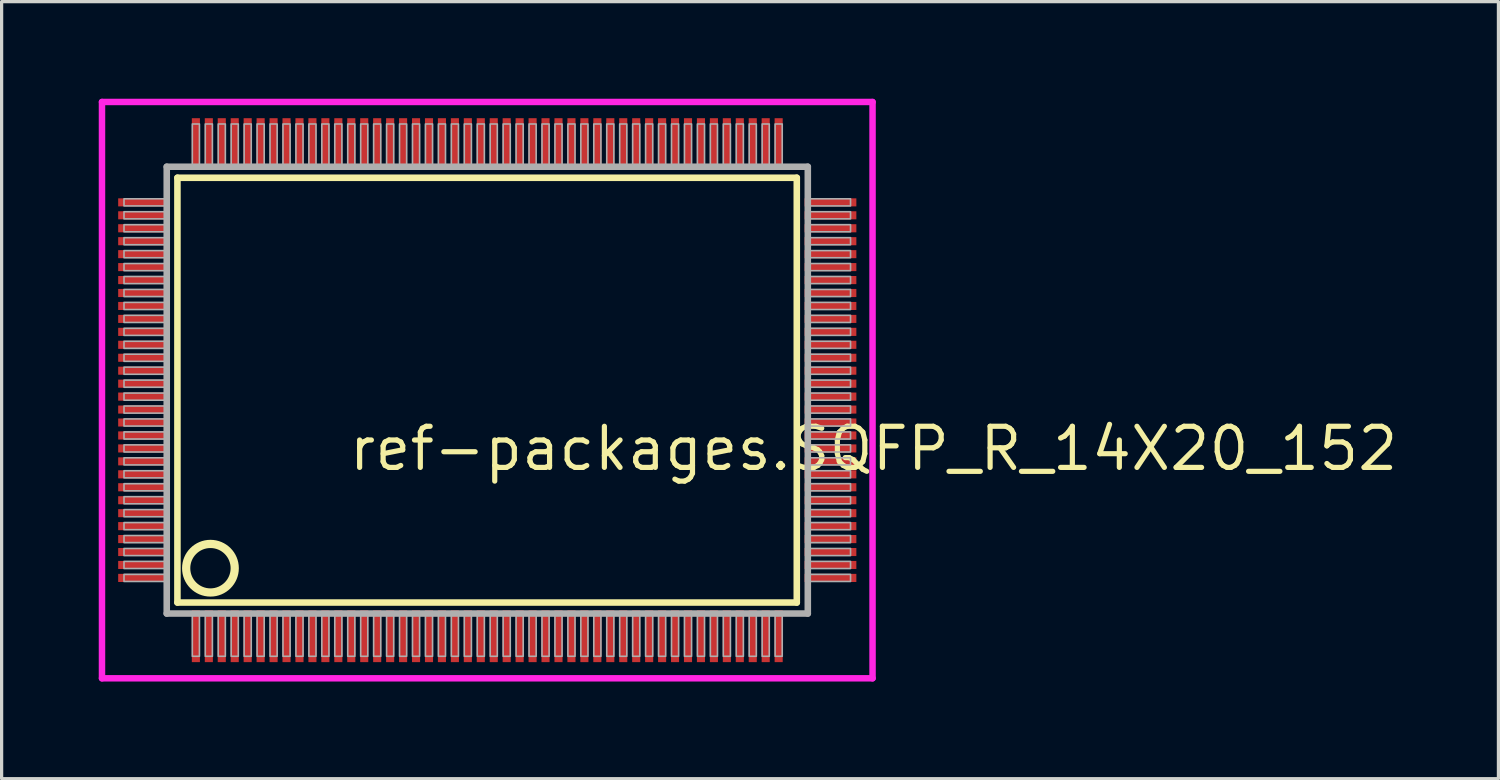
<source format=kicad_pcb>
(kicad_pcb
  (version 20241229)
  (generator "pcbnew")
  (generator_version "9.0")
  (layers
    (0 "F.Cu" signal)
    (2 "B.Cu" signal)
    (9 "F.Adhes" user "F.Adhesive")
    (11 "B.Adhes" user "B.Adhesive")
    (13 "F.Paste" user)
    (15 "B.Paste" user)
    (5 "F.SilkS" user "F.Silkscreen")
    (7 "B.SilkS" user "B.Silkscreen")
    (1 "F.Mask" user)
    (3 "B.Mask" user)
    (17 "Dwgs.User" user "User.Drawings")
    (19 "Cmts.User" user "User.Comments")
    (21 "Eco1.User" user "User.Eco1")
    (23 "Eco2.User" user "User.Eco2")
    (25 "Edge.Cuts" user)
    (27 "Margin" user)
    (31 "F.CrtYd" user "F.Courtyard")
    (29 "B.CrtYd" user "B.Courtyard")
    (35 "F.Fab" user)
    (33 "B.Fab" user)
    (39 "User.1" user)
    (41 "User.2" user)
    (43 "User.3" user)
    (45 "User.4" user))
  (footprint "ref-packages.SQFP_R_14X20_152"
    (layer "F.Cu")
    (at 12 9)
    (property "Reference" "ref-packages.SQFP_R_14X20_152" (at -4.35 2.55 0) (layer "F.SilkS") (effects (font (size 1.27 1.27) (thickness 0.16)) (justify left bottom)))
    (attr smd)
    (fp_line (start -9.57 -6.56) (end 9.56 -6.56) (stroke (width 0.203) (type default)) (layer "F.SilkS"))
    (fp_line (start -9.57 6.56) (end -9.57 -6.56) (stroke (width 0.203) (type default)) (layer "F.SilkS"))
    (fp_line (start 9.56 -6.56) (end 9.56 6.56) (stroke (width 0.203) (type default)) (layer "F.SilkS"))
    (fp_line (start 9.56 6.56) (end -9.57 6.56) (stroke (width 0.203) (type default)) (layer "F.SilkS"))
    (fp_circle (center -8.55 5.5) (end -7.8 5.5) (stroke (width 0.254) (type default)) (fill no) (layer "F.SilkS"))
    (fp_line (start -11.9 -8.9) (end 11.9 -8.9) (stroke (width 0.2) (type default)) (layer "F.CrtYd"))
    (fp_line (start -11.9 8.9) (end -11.9 -8.9) (stroke (width 0.2) (type default)) (layer "F.CrtYd"))
    (fp_line (start 11.9 -8.9) (end 11.9 8.9) (stroke (width 0.2) (type default)) (layer "F.CrtYd"))
    (fp_line (start 11.9 8.9) (end -11.9 8.9) (stroke (width 0.2) (type default)) (layer "F.CrtYd"))
    (fp_line (start -9.9 -6.9) (end -9.9 6.9) (stroke (width 0.203) (type default)) (layer "F.Fab"))
    (fp_line (start -9.9 6.9) (end 9.9 6.9) (stroke (width 0.203) (type default)) (layer "F.Fab"))
    (fp_line (start 9.9 -6.9) (end -9.9 -6.9) (stroke (width 0.203) (type default)) (layer "F.Fab"))
    (fp_line (start 9.9 6.9) (end 9.9 -6.9) (stroke (width 0.203) (type default)) (layer "F.Fab"))
    (fp_rect (start -11.22 -5.69) (end -9.95 -5.91) (stroke (width 0.05) (type default)) (fill no) (layer "F.Fab"))
    (fp_rect (start -11.22 -5.29) (end -9.95 -5.51) (stroke (width 0.05) (type default)) (fill no) (layer "F.Fab"))
    (fp_rect (start -11.22 -4.89) (end -9.95 -5.11) (stroke (width 0.05) (type default)) (fill no) (layer "F.Fab"))
    (fp_rect (start -11.22 -4.49) (end -9.95 -4.71) (stroke (width 0.05) (type default)) (fill no) (layer "F.Fab"))
    (fp_rect (start -11.22 -4.09) (end -9.95 -4.31) (stroke (width 0.05) (type default)) (fill no) (layer "F.Fab"))
    (fp_rect (start -11.22 -3.69) (end -9.95 -3.91) (stroke (width 0.05) (type default)) (fill no) (layer "F.Fab"))
    (fp_rect (start -11.22 -3.29) (end -9.95 -3.51) (stroke (width 0.05) (type default)) (fill no) (layer "F.Fab"))
    (fp_rect (start -11.22 -2.89) (end -9.95 -3.11) (stroke (width 0.05) (type default)) (fill no) (layer "F.Fab"))
    (fp_rect (start -11.22 -2.49) (end -9.95 -2.71) (stroke (width 0.05) (type default)) (fill no) (layer "F.Fab"))
    (fp_rect (start -11.22 -2.09) (end -9.95 -2.31) (stroke (width 0.05) (type default)) (fill no) (layer "F.Fab"))
    (fp_rect (start -11.22 -1.69) (end -9.95 -1.91) (stroke (width 0.05) (type default)) (fill no) (layer "F.Fab"))
    (fp_rect (start -11.22 -1.29) (end -9.95 -1.51) (stroke (width 0.05) (type default)) (fill no) (layer "F.Fab"))
    (fp_rect (start -11.22 -0.89) (end -9.95 -1.11) (stroke (width 0.05) (type default)) (fill no) (layer "F.Fab"))
    (fp_rect (start -11.22 -0.49) (end -9.95 -0.71) (stroke (width 0.05) (type default)) (fill no) (layer "F.Fab"))
    (fp_rect (start -11.22 -0.09) (end -9.95 -0.31) (stroke (width 0.05) (type default)) (fill no) (layer "F.Fab"))
    (fp_rect (start -11.22 0.31) (end -9.95 0.09) (stroke (width 0.05) (type default)) (fill no) (layer "F.Fab"))
    (fp_rect (start -11.22 0.71) (end -9.95 0.49) (stroke (width 0.05) (type default)) (fill no) (layer "F.Fab"))
    (fp_rect (start -11.22 1.11) (end -9.95 0.89) (stroke (width 0.05) (type default)) (fill no) (layer "F.Fab"))
    (fp_rect (start -11.22 1.51) (end -9.95 1.29) (stroke (width 0.05) (type default)) (fill no) (layer "F.Fab"))
    (fp_rect (start -11.22 1.91) (end -9.95 1.69) (stroke (width 0.05) (type default)) (fill no) (layer "F.Fab"))
    (fp_rect (start -11.22 2.31) (end -9.95 2.09) (stroke (width 0.05) (type default)) (fill no) (layer "F.Fab"))
    (fp_rect (start -11.22 2.71) (end -9.95 2.49) (stroke (width 0.05) (type default)) (fill no) (layer "F.Fab"))
    (fp_rect (start -11.22 3.11) (end -9.95 2.89) (stroke (width 0.05) (type default)) (fill no) (layer "F.Fab"))
    (fp_rect (start -11.22 3.51) (end -9.95 3.29) (stroke (width 0.05) (type default)) (fill no) (layer "F.Fab"))
    (fp_rect (start -11.22 3.91) (end -9.95 3.69) (stroke (width 0.05) (type default)) (fill no) (layer "F.Fab"))
    (fp_rect (start -11.22 4.31) (end -9.95 4.09) (stroke (width 0.05) (type default)) (fill no) (layer "F.Fab"))
    (fp_rect (start -11.22 4.71) (end -9.95 4.49) (stroke (width 0.05) (type default)) (fill no) (layer "F.Fab"))
    (fp_rect (start -11.22 5.11) (end -9.95 4.89) (stroke (width 0.05) (type default)) (fill no) (layer "F.Fab"))
    (fp_rect (start -11.22 5.51) (end -9.95 5.29) (stroke (width 0.05) (type default)) (fill no) (layer "F.Fab"))
    (fp_rect (start -11.22 5.91) (end -9.95 5.69) (stroke (width 0.05) (type default)) (fill no) (layer "F.Fab"))
    (fp_rect (start -9.11 -6.95) (end -8.89 -8.22) (stroke (width 0.05) (type default)) (fill no) (layer "F.Fab"))
    (fp_rect (start -9.11 8.22) (end -8.89 6.95) (stroke (width 0.05) (type default)) (fill no) (layer "F.Fab"))
    (fp_rect (start -8.71 -6.95) (end -8.49 -8.22) (stroke (width 0.05) (type default)) (fill no) (layer "F.Fab"))
    (fp_rect (start -8.71 8.22) (end -8.49 6.95) (stroke (width 0.05) (type default)) (fill no) (layer "F.Fab"))
    (fp_rect (start -8.31 -6.95) (end -8.09 -8.22) (stroke (width 0.05) (type default)) (fill no) (layer "F.Fab"))
    (fp_rect (start -8.31 8.22) (end -8.09 6.95) (stroke (width 0.05) (type default)) (fill no) (layer "F.Fab"))
    (fp_rect (start -7.91 -6.95) (end -7.69 -8.22) (stroke (width 0.05) (type default)) (fill no) (layer "F.Fab"))
    (fp_rect (start -7.91 8.22) (end -7.69 6.95) (stroke (width 0.05) (type default)) (fill no) (layer "F.Fab"))
    (fp_rect (start -7.51 -6.95) (end -7.29 -8.22) (stroke (width 0.05) (type default)) (fill no) (layer "F.Fab"))
    (fp_rect (start -7.51 8.22) (end -7.29 6.95) (stroke (width 0.05) (type default)) (fill no) (layer "F.Fab"))
    (fp_rect (start -7.11 -6.95) (end -6.89 -8.22) (stroke (width 0.05) (type default)) (fill no) (layer "F.Fab"))
    (fp_rect (start -7.11 8.22) (end -6.89 6.95) (stroke (width 0.05) (type default)) (fill no) (layer "F.Fab"))
    (fp_rect (start -6.71 -6.95) (end -6.49 -8.22) (stroke (width 0.05) (type default)) (fill no) (layer "F.Fab"))
    (fp_rect (start -6.71 8.22) (end -6.49 6.95) (stroke (width 0.05) (type default)) (fill no) (layer "F.Fab"))
    (fp_rect (start -6.31 -6.95) (end -6.09 -8.22) (stroke (width 0.05) (type default)) (fill no) (layer "F.Fab"))
    (fp_rect (start -6.31 8.22) (end -6.09 6.95) (stroke (width 0.05) (type default)) (fill no) (layer "F.Fab"))
    (fp_rect (start -5.91 -6.95) (end -5.69 -8.22) (stroke (width 0.05) (type default)) (fill no) (layer "F.Fab"))
    (fp_rect (start -5.91 8.22) (end -5.69 6.95) (stroke (width 0.05) (type default)) (fill no) (layer "F.Fab"))
    (fp_rect (start -5.51 -6.95) (end -5.29 -8.22) (stroke (width 0.05) (type default)) (fill no) (layer "F.Fab"))
    (fp_rect (start -5.51 8.22) (end -5.29 6.95) (stroke (width 0.05) (type default)) (fill no) (layer "F.Fab"))
    (fp_rect (start -5.11 -6.95) (end -4.89 -8.22) (stroke (width 0.05) (type default)) (fill no) (layer "F.Fab"))
    (fp_rect (start -5.11 8.22) (end -4.89 6.95) (stroke (width 0.05) (type default)) (fill no) (layer "F.Fab"))
    (fp_rect (start -4.71 -6.95) (end -4.49 -8.22) (stroke (width 0.05) (type default)) (fill no) (layer "F.Fab"))
    (fp_rect (start -4.71 8.22) (end -4.49 6.95) (stroke (width 0.05) (type default)) (fill no) (layer "F.Fab"))
    (fp_rect (start -4.31 -6.95) (end -4.09 -8.22) (stroke (width 0.05) (type default)) (fill no) (layer "F.Fab"))
    (fp_rect (start -4.31 8.22) (end -4.09 6.95) (stroke (width 0.05) (type default)) (fill no) (layer "F.Fab"))
    (fp_rect (start -3.91 -6.95) (end -3.69 -8.22) (stroke (width 0.05) (type default)) (fill no) (layer "F.Fab"))
    (fp_rect (start -3.91 8.22) (end -3.69 6.95) (stroke (width 0.05) (type default)) (fill no) (layer "F.Fab"))
    (fp_rect (start -3.51 -6.95) (end -3.29 -8.22) (stroke (width 0.05) (type default)) (fill no) (layer "F.Fab"))
    (fp_rect (start -3.51 8.22) (end -3.29 6.95) (stroke (width 0.05) (type default)) (fill no) (layer "F.Fab"))
    (fp_rect (start -3.11 -6.95) (end -2.89 -8.22) (stroke (width 0.05) (type default)) (fill no) (layer "F.Fab"))
    (fp_rect (start -3.11 8.22) (end -2.89 6.95) (stroke (width 0.05) (type default)) (fill no) (layer "F.Fab"))
    (fp_rect (start -2.71 -6.95) (end -2.49 -8.22) (stroke (width 0.05) (type default)) (fill no) (layer "F.Fab"))
    (fp_rect (start -2.71 8.22) (end -2.49 6.95) (stroke (width 0.05) (type default)) (fill no) (layer "F.Fab"))
    (fp_rect (start -2.31 -6.95) (end -2.09 -8.22) (stroke (width 0.05) (type default)) (fill no) (layer "F.Fab"))
    (fp_rect (start -2.31 8.22) (end -2.09 6.95) (stroke (width 0.05) (type default)) (fill no) (layer "F.Fab"))
    (fp_rect (start -1.91 -6.95) (end -1.69 -8.22) (stroke (width 0.05) (type default)) (fill no) (layer "F.Fab"))
    (fp_rect (start -1.91 8.22) (end -1.69 6.95) (stroke (width 0.05) (type default)) (fill no) (layer "F.Fab"))
    (fp_rect (start -1.51 -6.95) (end -1.29 -8.22) (stroke (width 0.05) (type default)) (fill no) (layer "F.Fab"))
    (fp_rect (start -1.51 8.22) (end -1.29 6.95) (stroke (width 0.05) (type default)) (fill no) (layer "F.Fab"))
    (fp_rect (start -1.11 -6.95) (end -0.89 -8.22) (stroke (width 0.05) (type default)) (fill no) (layer "F.Fab"))
    (fp_rect (start -1.11 8.22) (end -0.89 6.95) (stroke (width 0.05) (type default)) (fill no) (layer "F.Fab"))
    (fp_rect (start -0.71 -6.95) (end -0.49 -8.22) (stroke (width 0.05) (type default)) (fill no) (layer "F.Fab"))
    (fp_rect (start -0.71 8.22) (end -0.49 6.95) (stroke (width 0.05) (type default)) (fill no) (layer "F.Fab"))
    (fp_rect (start -0.31 -6.95) (end -0.09 -8.22) (stroke (width 0.05) (type default)) (fill no) (layer "F.Fab"))
    (fp_rect (start -0.31 8.22) (end -0.09 6.95) (stroke (width 0.05) (type default)) (fill no) (layer "F.Fab"))
    (fp_rect (start 0.09 -6.95) (end 0.31 -8.22) (stroke (width 0.05) (type default)) (fill no) (layer "F.Fab"))
    (fp_rect (start 0.09 8.22) (end 0.31 6.95) (stroke (width 0.05) (type default)) (fill no) (layer "F.Fab"))
    (fp_rect (start 0.49 -6.95) (end 0.71 -8.22) (stroke (width 0.05) (type default)) (fill no) (layer "F.Fab"))
    (fp_rect (start 0.49 8.22) (end 0.71 6.95) (stroke (width 0.05) (type default)) (fill no) (layer "F.Fab"))
    (fp_rect (start 0.89 -6.95) (end 1.11 -8.22) (stroke (width 0.05) (type default)) (fill no) (layer "F.Fab"))
    (fp_rect (start 0.89 8.22) (end 1.11 6.95) (stroke (width 0.05) (type default)) (fill no) (layer "F.Fab"))
    (fp_rect (start 1.29 -6.95) (end 1.51 -8.22) (stroke (width 0.05) (type default)) (fill no) (layer "F.Fab"))
    (fp_rect (start 1.29 8.22) (end 1.51 6.95) (stroke (width 0.05) (type default)) (fill no) (layer "F.Fab"))
    (fp_rect (start 1.69 -6.95) (end 1.91 -8.22) (stroke (width 0.05) (type default)) (fill no) (layer "F.Fab"))
    (fp_rect (start 1.69 8.22) (end 1.91 6.95) (stroke (width 0.05) (type default)) (fill no) (layer "F.Fab"))
    (fp_rect (start 2.09 -6.95) (end 2.31 -8.22) (stroke (width 0.05) (type default)) (fill no) (layer "F.Fab"))
    (fp_rect (start 2.09 8.22) (end 2.31 6.95) (stroke (width 0.05) (type default)) (fill no) (layer "F.Fab"))
    (fp_rect (start 2.49 -6.95) (end 2.71 -8.22) (stroke (width 0.05) (type default)) (fill no) (layer "F.Fab"))
    (fp_rect (start 2.49 8.22) (end 2.71 6.95) (stroke (width 0.05) (type default)) (fill no) (layer "F.Fab"))
    (fp_rect (start 2.89 -6.95) (end 3.11 -8.22) (stroke (width 0.05) (type default)) (fill no) (layer "F.Fab"))
    (fp_rect (start 2.89 8.22) (end 3.11 6.95) (stroke (width 0.05) (type default)) (fill no) (layer "F.Fab"))
    (fp_rect (start 3.29 -6.95) (end 3.51 -8.22) (stroke (width 0.05) (type default)) (fill no) (layer "F.Fab"))
    (fp_rect (start 3.29 8.22) (end 3.51 6.95) (stroke (width 0.05) (type default)) (fill no) (layer "F.Fab"))
    (fp_rect (start 3.69 -6.95) (end 3.91 -8.22) (stroke (width 0.05) (type default)) (fill no) (layer "F.Fab"))
    (fp_rect (start 3.69 8.22) (end 3.91 6.95) (stroke (width 0.05) (type default)) (fill no) (layer "F.Fab"))
    (fp_rect (start 4.09 -6.95) (end 4.31 -8.22) (stroke (width 0.05) (type default)) (fill no) (layer "F.Fab"))
    (fp_rect (start 4.09 8.22) (end 4.31 6.95) (stroke (width 0.05) (type default)) (fill no) (layer "F.Fab"))
    (fp_rect (start 4.49 -6.95) (end 4.71 -8.22) (stroke (width 0.05) (type default)) (fill no) (layer "F.Fab"))
    (fp_rect (start 4.49 8.22) (end 4.71 6.95) (stroke (width 0.05) (type default)) (fill no) (layer "F.Fab"))
    (fp_rect (start 4.89 -6.95) (end 5.11 -8.22) (stroke (width 0.05) (type default)) (fill no) (layer "F.Fab"))
    (fp_rect (start 4.89 8.22) (end 5.11 6.95) (stroke (width 0.05) (type default)) (fill no) (layer "F.Fab"))
    (fp_rect (start 5.29 -6.95) (end 5.51 -8.22) (stroke (width 0.05) (type default)) (fill no) (layer "F.Fab"))
    (fp_rect (start 5.29 8.22) (end 5.51 6.95) (stroke (width 0.05) (type default)) (fill no) (layer "F.Fab"))
    (fp_rect (start 5.69 -6.95) (end 5.91 -8.22) (stroke (width 0.05) (type default)) (fill no) (layer "F.Fab"))
    (fp_rect (start 5.69 8.22) (end 5.91 6.95) (stroke (width 0.05) (type default)) (fill no) (layer "F.Fab"))
    (fp_rect (start 6.09 -6.95) (end 6.31 -8.22) (stroke (width 0.05) (type default)) (fill no) (layer "F.Fab"))
    (fp_rect (start 6.09 8.22) (end 6.31 6.95) (stroke (width 0.05) (type default)) (fill no) (layer "F.Fab"))
    (fp_rect (start 6.49 -6.95) (end 6.71 -8.22) (stroke (width 0.05) (type default)) (fill no) (layer "F.Fab"))
    (fp_rect (start 6.49 8.22) (end 6.71 6.95) (stroke (width 0.05) (type default)) (fill no) (layer "F.Fab"))
    (fp_rect (start 6.89 -6.95) (end 7.11 -8.22) (stroke (width 0.05) (type default)) (fill no) (layer "F.Fab"))
    (fp_rect (start 6.89 8.22) (end 7.11 6.95) (stroke (width 0.05) (type default)) (fill no) (layer "F.Fab"))
    (fp_rect (start 7.29 -6.95) (end 7.51 -8.22) (stroke (width 0.05) (type default)) (fill no) (layer "F.Fab"))
    (fp_rect (start 7.29 8.22) (end 7.51 6.95) (stroke (width 0.05) (type default)) (fill no) (layer "F.Fab"))
    (fp_rect (start 7.69 -6.95) (end 7.91 -8.22) (stroke (width 0.05) (type default)) (fill no) (layer "F.Fab"))
    (fp_rect (start 7.69 8.22) (end 7.91 6.95) (stroke (width 0.05) (type default)) (fill no) (layer "F.Fab"))
    (fp_rect (start 8.09 -6.95) (end 8.31 -8.22) (stroke (width 0.05) (type default)) (fill no) (layer "F.Fab"))
    (fp_rect (start 8.09 8.22) (end 8.31 6.95) (stroke (width 0.05) (type default)) (fill no) (layer "F.Fab"))
    (fp_rect (start 8.49 -6.95) (end 8.71 -8.22) (stroke (width 0.05) (type default)) (fill no) (layer "F.Fab"))
    (fp_rect (start 8.49 8.22) (end 8.71 6.95) (stroke (width 0.05) (type default)) (fill no) (layer "F.Fab"))
    (fp_rect (start 8.89 -6.95) (end 9.11 -8.22) (stroke (width 0.05) (type default)) (fill no) (layer "F.Fab"))
    (fp_rect (start 8.89 8.22) (end 9.11 6.95) (stroke (width 0.05) (type default)) (fill no) (layer "F.Fab"))
    (fp_rect (start 9.95 -5.69) (end 11.22 -5.91) (stroke (width 0.05) (type default)) (fill no) (layer "F.Fab"))
    (fp_rect (start 9.95 -5.29) (end 11.22 -5.51) (stroke (width 0.05) (type default)) (fill no) (layer "F.Fab"))
    (fp_rect (start 9.95 -4.89) (end 11.22 -5.11) (stroke (width 0.05) (type default)) (fill no) (layer "F.Fab"))
    (fp_rect (start 9.95 -4.49) (end 11.22 -4.71) (stroke (width 0.05) (type default)) (fill no) (layer "F.Fab"))
    (fp_rect (start 9.95 -4.09) (end 11.22 -4.31) (stroke (width 0.05) (type default)) (fill no) (layer "F.Fab"))
    (fp_rect (start 9.95 -3.69) (end 11.22 -3.91) (stroke (width 0.05) (type default)) (fill no) (layer "F.Fab"))
    (fp_rect (start 9.95 -3.29) (end 11.22 -3.51) (stroke (width 0.05) (type default)) (fill no) (layer "F.Fab"))
    (fp_rect (start 9.95 -2.89) (end 11.22 -3.11) (stroke (width 0.05) (type default)) (fill no) (layer "F.Fab"))
    (fp_rect (start 9.95 -2.49) (end 11.22 -2.71) (stroke (width 0.05) (type default)) (fill no) (layer "F.Fab"))
    (fp_rect (start 9.95 -2.09) (end 11.22 -2.31) (stroke (width 0.05) (type default)) (fill no) (layer "F.Fab"))
    (fp_rect (start 9.95 -1.69) (end 11.22 -1.91) (stroke (width 0.05) (type default)) (fill no) (layer "F.Fab"))
    (fp_rect (start 9.95 -1.29) (end 11.22 -1.51) (stroke (width 0.05) (type default)) (fill no) (layer "F.Fab"))
    (fp_rect (start 9.95 -0.89) (end 11.22 -1.11) (stroke (width 0.05) (type default)) (fill no) (layer "F.Fab"))
    (fp_rect (start 9.95 -0.49) (end 11.22 -0.71) (stroke (width 0.05) (type default)) (fill no) (layer "F.Fab"))
    (fp_rect (start 9.95 -0.09) (end 11.22 -0.31) (stroke (width 0.05) (type default)) (fill no) (layer "F.Fab"))
    (fp_rect (start 9.95 0.31) (end 11.22 0.09) (stroke (width 0.05) (type default)) (fill no) (layer "F.Fab"))
    (fp_rect (start 9.95 0.71) (end 11.22 0.49) (stroke (width 0.05) (type default)) (fill no) (layer "F.Fab"))
    (fp_rect (start 9.95 1.11) (end 11.22 0.89) (stroke (width 0.05) (type default)) (fill no) (layer "F.Fab"))
    (fp_rect (start 9.95 1.51) (end 11.22 1.29) (stroke (width 0.05) (type default)) (fill no) (layer "F.Fab"))
    (fp_rect (start 9.95 1.91) (end 11.22 1.69) (stroke (width 0.05) (type default)) (fill no) (layer "F.Fab"))
    (fp_rect (start 9.95 2.31) (end 11.22 2.09) (stroke (width 0.05) (type default)) (fill no) (layer "F.Fab"))
    (fp_rect (start 9.95 2.71) (end 11.22 2.49) (stroke (width 0.05) (type default)) (fill no) (layer "F.Fab"))
    (fp_rect (start 9.95 3.11) (end 11.22 2.89) (stroke (width 0.05) (type default)) (fill no) (layer "F.Fab"))
    (fp_rect (start 9.95 3.51) (end 11.22 3.29) (stroke (width 0.05) (type default)) (fill no) (layer "F.Fab"))
    (fp_rect (start 9.95 3.91) (end 11.22 3.69) (stroke (width 0.05) (type default)) (fill no) (layer "F.Fab"))
    (fp_rect (start 9.95 4.31) (end 11.22 4.09) (stroke (width 0.05) (type default)) (fill no) (layer "F.Fab"))
    (fp_rect (start 9.95 4.71) (end 11.22 4.49) (stroke (width 0.05) (type default)) (fill no) (layer "F.Fab"))
    (fp_rect (start 9.95 5.11) (end 11.22 4.89) (stroke (width 0.05) (type default)) (fill no) (layer "F.Fab"))
    (fp_rect (start 9.95 5.51) (end 11.22 5.29) (stroke (width 0.05) (type default)) (fill no) (layer "F.Fab"))
    (fp_rect (start 9.95 5.91) (end 11.22 5.69) (stroke (width 0.05) (type default)) (fill no) (layer "F.Fab"))
    (pad "1" smd roundrect (at -9 7.6) (size 0.25 1.6) (layers "F.Cu" "F.Mask" "F.Paste") (roundrect_rratio 0.01))
    (pad "2" smd roundrect (at -8.6 7.6) (size 0.25 1.6) (layers "F.Cu" "F.Mask" "F.Paste") (roundrect_rratio 0.01))
    (pad "3" smd roundrect (at -8.2 7.6) (size 0.25 1.6) (layers "F.Cu" "F.Mask" "F.Paste") (roundrect_rratio 0.01))
    (pad "4" smd roundrect (at -7.8 7.6) (size 0.25 1.6) (layers "F.Cu" "F.Mask" "F.Paste") (roundrect_rratio 0.01))
    (pad "5" smd roundrect (at -7.4 7.6) (size 0.25 1.6) (layers "F.Cu" "F.Mask" "F.Paste") (roundrect_rratio 0.01))
    (pad "6" smd roundrect (at -7 7.6) (size 0.25 1.6) (layers "F.Cu" "F.Mask" "F.Paste") (roundrect_rratio 0.01))
    (pad "7" smd roundrect (at -6.6 7.6) (size 0.25 1.6) (layers "F.Cu" "F.Mask" "F.Paste") (roundrect_rratio 0.01))
    (pad "8" smd roundrect (at -6.2 7.6) (size 0.25 1.6) (layers "F.Cu" "F.Mask" "F.Paste") (roundrect_rratio 0.01))
    (pad "9" smd roundrect (at -5.8 7.6) (size 0.25 1.6) (layers "F.Cu" "F.Mask" "F.Paste") (roundrect_rratio 0.01))
    (pad "10" smd roundrect (at -5.4 7.6) (size 0.25 1.6) (layers "F.Cu" "F.Mask" "F.Paste") (roundrect_rratio 0.01))
    (pad "11" smd roundrect (at -5 7.6) (size 0.25 1.6) (layers "F.Cu" "F.Mask" "F.Paste") (roundrect_rratio 0.01))
    (pad "12" smd roundrect (at -4.6 7.6) (size 0.25 1.6) (layers "F.Cu" "F.Mask" "F.Paste") (roundrect_rratio 0.01))
    (pad "13" smd roundrect (at -4.2 7.6) (size 0.25 1.6) (layers "F.Cu" "F.Mask" "F.Paste") (roundrect_rratio 0.01))
    (pad "14" smd roundrect (at -3.8 7.6) (size 0.25 1.6) (layers "F.Cu" "F.Mask" "F.Paste") (roundrect_rratio 0.01))
    (pad "15" smd roundrect (at -3.4 7.6) (size 0.25 1.6) (layers "F.Cu" "F.Mask" "F.Paste") (roundrect_rratio 0.01))
    (pad "16" smd roundrect (at -3 7.6) (size 0.25 1.6) (layers "F.Cu" "F.Mask" "F.Paste") (roundrect_rratio 0.01))
    (pad "17" smd roundrect (at -2.6 7.6) (size 0.25 1.6) (layers "F.Cu" "F.Mask" "F.Paste") (roundrect_rratio 0.01))
    (pad "18" smd roundrect (at -2.2 7.6) (size 0.25 1.6) (layers "F.Cu" "F.Mask" "F.Paste") (roundrect_rratio 0.01))
    (pad "19" smd roundrect (at -1.8 7.6) (size 0.25 1.6) (layers "F.Cu" "F.Mask" "F.Paste") (roundrect_rratio 0.01))
    (pad "20" smd roundrect (at -1.4 7.6) (size 0.25 1.6) (layers "F.Cu" "F.Mask" "F.Paste") (roundrect_rratio 0.01))
    (pad "21" smd roundrect (at -1 7.6) (size 0.25 1.6) (layers "F.Cu" "F.Mask" "F.Paste") (roundrect_rratio 0.01))
    (pad "22" smd roundrect (at -0.6 7.6) (size 0.25 1.6) (layers "F.Cu" "F.Mask" "F.Paste") (roundrect_rratio 0.01))
    (pad "23" smd roundrect (at -0.2 7.6) (size 0.25 1.6) (layers "F.Cu" "F.Mask" "F.Paste") (roundrect_rratio 0.01))
    (pad "24" smd roundrect (at 0.2 7.6) (size 0.25 1.6) (layers "F.Cu" "F.Mask" "F.Paste") (roundrect_rratio 0.01))
    (pad "25" smd roundrect (at 0.6 7.6) (size 0.25 1.6) (layers "F.Cu" "F.Mask" "F.Paste") (roundrect_rratio 0.01))
    (pad "26" smd roundrect (at 1 7.6) (size 0.25 1.6) (layers "F.Cu" "F.Mask" "F.Paste") (roundrect_rratio 0.01))
    (pad "27" smd roundrect (at 1.4 7.6) (size 0.25 1.6) (layers "F.Cu" "F.Mask" "F.Paste") (roundrect_rratio 0.01))
    (pad "28" smd roundrect (at 1.8 7.6) (size 0.25 1.6) (layers "F.Cu" "F.Mask" "F.Paste") (roundrect_rratio 0.01))
    (pad "29" smd roundrect (at 2.2 7.6) (size 0.25 1.6) (layers "F.Cu" "F.Mask" "F.Paste") (roundrect_rratio 0.01))
    (pad "30" smd roundrect (at 2.6 7.6) (size 0.25 1.6) (layers "F.Cu" "F.Mask" "F.Paste") (roundrect_rratio 0.01))
    (pad "31" smd roundrect (at 3 7.6) (size 0.25 1.6) (layers "F.Cu" "F.Mask" "F.Paste") (roundrect_rratio 0.01))
    (pad "32" smd roundrect (at 3.4 7.6) (size 0.25 1.6) (layers "F.Cu" "F.Mask" "F.Paste") (roundrect_rratio 0.01))
    (pad "33" smd roundrect (at 3.8 7.6) (size 0.25 1.6) (layers "F.Cu" "F.Mask" "F.Paste") (roundrect_rratio 0.01))
    (pad "34" smd roundrect (at 4.2 7.6) (size 0.25 1.6) (layers "F.Cu" "F.Mask" "F.Paste") (roundrect_rratio 0.01))
    (pad "35" smd roundrect (at 4.6 7.6) (size 0.25 1.6) (layers "F.Cu" "F.Mask" "F.Paste") (roundrect_rratio 0.01))
    (pad "36" smd roundrect (at 5 7.6) (size 0.25 1.6) (layers "F.Cu" "F.Mask" "F.Paste") (roundrect_rratio 0.01))
    (pad "37" smd roundrect (at 5.4 7.6) (size 0.25 1.6) (layers "F.Cu" "F.Mask" "F.Paste") (roundrect_rratio 0.01))
    (pad "38" smd roundrect (at 5.8 7.6) (size 0.25 1.6) (layers "F.Cu" "F.Mask" "F.Paste") (roundrect_rratio 0.01))
    (pad "39" smd roundrect (at 6.2 7.6) (size 0.25 1.6) (layers "F.Cu" "F.Mask" "F.Paste") (roundrect_rratio 0.01))
    (pad "40" smd roundrect (at 6.6 7.6) (size 0.25 1.6) (layers "F.Cu" "F.Mask" "F.Paste") (roundrect_rratio 0.01))
    (pad "41" smd roundrect (at 7 7.6) (size 0.25 1.6) (layers "F.Cu" "F.Mask" "F.Paste") (roundrect_rratio 0.01))
    (pad "42" smd roundrect (at 7.4 7.6) (size 0.25 1.6) (layers "F.Cu" "F.Mask" "F.Paste") (roundrect_rratio 0.01))
    (pad "43" smd roundrect (at 7.8 7.6) (size 0.25 1.6) (layers "F.Cu" "F.Mask" "F.Paste") (roundrect_rratio 0.01))
    (pad "44" smd roundrect (at 8.2 7.6) (size 0.25 1.6) (layers "F.Cu" "F.Mask" "F.Paste") (roundrect_rratio 0.01))
    (pad "45" smd roundrect (at 8.6 7.6) (size 0.25 1.6) (layers "F.Cu" "F.Mask" "F.Paste") (roundrect_rratio 0.01))
    (pad "46" smd roundrect (at 9 7.6) (size 0.25 1.6) (layers "F.Cu" "F.Mask" "F.Paste") (roundrect_rratio 0.01))
    (pad "47" smd roundrect (at 10.6 5.8) (size 1.6 0.25) (layers "F.Cu" "F.Mask" "F.Paste") (roundrect_rratio 0.01))
    (pad "48" smd roundrect (at 10.6 5.4) (size 1.6 0.25) (layers "F.Cu" "F.Mask" "F.Paste") (roundrect_rratio 0.01))
    (pad "49" smd roundrect (at 10.6 5) (size 1.6 0.25) (layers "F.Cu" "F.Mask" "F.Paste") (roundrect_rratio 0.01))
    (pad "50" smd roundrect (at 10.6 4.6) (size 1.6 0.25) (layers "F.Cu" "F.Mask" "F.Paste") (roundrect_rratio 0.01))
    (pad "51" smd roundrect (at 10.6 4.2) (size 1.6 0.25) (layers "F.Cu" "F.Mask" "F.Paste") (roundrect_rratio 0.01))
    (pad "52" smd roundrect (at 10.6 3.8) (size 1.6 0.25) (layers "F.Cu" "F.Mask" "F.Paste") (roundrect_rratio 0.01))
    (pad "53" smd roundrect (at 10.6 3.4) (size 1.6 0.25) (layers "F.Cu" "F.Mask" "F.Paste") (roundrect_rratio 0.01))
    (pad "54" smd roundrect (at 10.6 3) (size 1.6 0.25) (layers "F.Cu" "F.Mask" "F.Paste") (roundrect_rratio 0.01))
    (pad "55" smd roundrect (at 10.6 2.6) (size 1.6 0.25) (layers "F.Cu" "F.Mask" "F.Paste") (roundrect_rratio 0.01))
    (pad "56" smd roundrect (at 10.6 2.2) (size 1.6 0.25) (layers "F.Cu" "F.Mask" "F.Paste") (roundrect_rratio 0.01))
    (pad "57" smd roundrect (at 10.6 1.8) (size 1.6 0.25) (layers "F.Cu" "F.Mask" "F.Paste") (roundrect_rratio 0.01))
    (pad "58" smd roundrect (at 10.6 1.4) (size 1.6 0.25) (layers "F.Cu" "F.Mask" "F.Paste") (roundrect_rratio 0.01))
    (pad "59" smd roundrect (at 10.6 1) (size 1.6 0.25) (layers "F.Cu" "F.Mask" "F.Paste") (roundrect_rratio 0.01))
    (pad "60" smd roundrect (at 10.6 0.6) (size 1.6 0.25) (layers "F.Cu" "F.Mask" "F.Paste") (roundrect_rratio 0.01))
    (pad "61" smd roundrect (at 10.6 0.2) (size 1.6 0.25) (layers "F.Cu" "F.Mask" "F.Paste") (roundrect_rratio 0.01))
    (pad "62" smd roundrect (at 10.6 -0.2) (size 1.6 0.25) (layers "F.Cu" "F.Mask" "F.Paste") (roundrect_rratio 0.01))
    (pad "63" smd roundrect (at 10.6 -0.6) (size 1.6 0.25) (layers "F.Cu" "F.Mask" "F.Paste") (roundrect_rratio 0.01))
    (pad "64" smd roundrect (at 10.6 -1) (size 1.6 0.25) (layers "F.Cu" "F.Mask" "F.Paste") (roundrect_rratio 0.01))
    (pad "65" smd roundrect (at 10.6 -1.4) (size 1.6 0.25) (layers "F.Cu" "F.Mask" "F.Paste") (roundrect_rratio 0.01))
    (pad "66" smd roundrect (at 10.6 -1.8) (size 1.6 0.25) (layers "F.Cu" "F.Mask" "F.Paste") (roundrect_rratio 0.01))
    (pad "67" smd roundrect (at 10.6 -2.2) (size 1.6 0.25) (layers "F.Cu" "F.Mask" "F.Paste") (roundrect_rratio 0.01))
    (pad "68" smd roundrect (at 10.6 -2.6) (size 1.6 0.25) (layers "F.Cu" "F.Mask" "F.Paste") (roundrect_rratio 0.01))
    (pad "69" smd roundrect (at 10.6 -3) (size 1.6 0.25) (layers "F.Cu" "F.Mask" "F.Paste") (roundrect_rratio 0.01))
    (pad "70" smd roundrect (at 10.6 -3.4) (size 1.6 0.25) (layers "F.Cu" "F.Mask" "F.Paste") (roundrect_rratio 0.01))
    (pad "71" smd roundrect (at 10.6 -3.8) (size 1.6 0.25) (layers "F.Cu" "F.Mask" "F.Paste") (roundrect_rratio 0.01))
    (pad "72" smd roundrect (at 10.6 -4.2) (size 1.6 0.25) (layers "F.Cu" "F.Mask" "F.Paste") (roundrect_rratio 0.01))
    (pad "73" smd roundrect (at 10.6 -4.6) (size 1.6 0.25) (layers "F.Cu" "F.Mask" "F.Paste") (roundrect_rratio 0.01))
    (pad "74" smd roundrect (at 10.6 -5) (size 1.6 0.25) (layers "F.Cu" "F.Mask" "F.Paste") (roundrect_rratio 0.01))
    (pad "75" smd roundrect (at 10.6 -5.4) (size 1.6 0.25) (layers "F.Cu" "F.Mask" "F.Paste") (roundrect_rratio 0.01))
    (pad "76" smd roundrect (at 10.6 -5.8) (size 1.6 0.25) (layers "F.Cu" "F.Mask" "F.Paste") (roundrect_rratio 0.01))
    (pad "77" smd roundrect (at 9 -7.6) (size 0.25 1.6) (layers "F.Cu" "F.Mask" "F.Paste") (roundrect_rratio 0.01))
    (pad "78" smd roundrect (at 8.6 -7.6) (size 0.25 1.6) (layers "F.Cu" "F.Mask" "F.Paste") (roundrect_rratio 0.01))
    (pad "79" smd roundrect (at 8.2 -7.6) (size 0.25 1.6) (layers "F.Cu" "F.Mask" "F.Paste") (roundrect_rratio 0.01))
    (pad "80" smd roundrect (at 7.8 -7.6) (size 0.25 1.6) (layers "F.Cu" "F.Mask" "F.Paste") (roundrect_rratio 0.01))
    (pad "81" smd roundrect (at 7.4 -7.6) (size 0.25 1.6) (layers "F.Cu" "F.Mask" "F.Paste") (roundrect_rratio 0.01))
    (pad "82" smd roundrect (at 7 -7.6) (size 0.25 1.6) (layers "F.Cu" "F.Mask" "F.Paste") (roundrect_rratio 0.01))
    (pad "83" smd roundrect (at 6.6 -7.6) (size 0.25 1.6) (layers "F.Cu" "F.Mask" "F.Paste") (roundrect_rratio 0.01))
    (pad "84" smd roundrect (at 6.2 -7.6) (size 0.25 1.6) (layers "F.Cu" "F.Mask" "F.Paste") (roundrect_rratio 0.01))
    (pad "85" smd roundrect (at 5.8 -7.6) (size 0.25 1.6) (layers "F.Cu" "F.Mask" "F.Paste") (roundrect_rratio 0.01))
    (pad "86" smd roundrect (at 5.4 -7.6) (size 0.25 1.6) (layers "F.Cu" "F.Mask" "F.Paste") (roundrect_rratio 0.01))
    (pad "87" smd roundrect (at 5 -7.6) (size 0.25 1.6) (layers "F.Cu" "F.Mask" "F.Paste") (roundrect_rratio 0.01))
    (pad "88" smd roundrect (at 4.6 -7.6) (size 0.25 1.6) (layers "F.Cu" "F.Mask" "F.Paste") (roundrect_rratio 0.01))
    (pad "89" smd roundrect (at 4.2 -7.6) (size 0.25 1.6) (layers "F.Cu" "F.Mask" "F.Paste") (roundrect_rratio 0.01))
    (pad "90" smd roundrect (at 3.8 -7.6) (size 0.25 1.6) (layers "F.Cu" "F.Mask" "F.Paste") (roundrect_rratio 0.01))
    (pad "91" smd roundrect (at 3.4 -7.6) (size 0.25 1.6) (layers "F.Cu" "F.Mask" "F.Paste") (roundrect_rratio 0.01))
    (pad "92" smd roundrect (at 3 -7.6) (size 0.25 1.6) (layers "F.Cu" "F.Mask" "F.Paste") (roundrect_rratio 0.01))
    (pad "93" smd roundrect (at 2.6 -7.6) (size 0.25 1.6) (layers "F.Cu" "F.Mask" "F.Paste") (roundrect_rratio 0.01))
    (pad "94" smd roundrect (at 2.2 -7.6) (size 0.25 1.6) (layers "F.Cu" "F.Mask" "F.Paste") (roundrect_rratio 0.01))
    (pad "95" smd roundrect (at 1.8 -7.6) (size 0.25 1.6) (layers "F.Cu" "F.Mask" "F.Paste") (roundrect_rratio 0.01))
    (pad "96" smd roundrect (at 1.4 -7.6) (size 0.25 1.6) (layers "F.Cu" "F.Mask" "F.Paste") (roundrect_rratio 0.01))
    (pad "97" smd roundrect (at 1 -7.6) (size 0.25 1.6) (layers "F.Cu" "F.Mask" "F.Paste") (roundrect_rratio 0.01))
    (pad "98" smd roundrect (at 0.6 -7.6) (size 0.25 1.6) (layers "F.Cu" "F.Mask" "F.Paste") (roundrect_rratio 0.01))
    (pad "99" smd roundrect (at 0.2 -7.6) (size 0.25 1.6) (layers "F.Cu" "F.Mask" "F.Paste") (roundrect_rratio 0.01))
    (pad "100" smd roundrect (at -0.2 -7.6) (size 0.25 1.6) (layers "F.Cu" "F.Mask" "F.Paste") (roundrect_rratio 0.01))
    (pad "101" smd roundrect (at -0.6 -7.6) (size 0.25 1.6) (layers "F.Cu" "F.Mask" "F.Paste") (roundrect_rratio 0.01))
    (pad "102" smd roundrect (at -1 -7.6) (size 0.25 1.6) (layers "F.Cu" "F.Mask" "F.Paste") (roundrect_rratio 0.01))
    (pad "103" smd roundrect (at -1.4 -7.6) (size 0.25 1.6) (layers "F.Cu" "F.Mask" "F.Paste") (roundrect_rratio 0.01))
    (pad "104" smd roundrect (at -1.8 -7.6) (size 0.25 1.6) (layers "F.Cu" "F.Mask" "F.Paste") (roundrect_rratio 0.01))
    (pad "105" smd roundrect (at -2.2 -7.6) (size 0.25 1.6) (layers "F.Cu" "F.Mask" "F.Paste") (roundrect_rratio 0.01))
    (pad "106" smd roundrect (at -2.6 -7.6) (size 0.25 1.6) (layers "F.Cu" "F.Mask" "F.Paste") (roundrect_rratio 0.01))
    (pad "107" smd roundrect (at -3 -7.6) (size 0.25 1.6) (layers "F.Cu" "F.Mask" "F.Paste") (roundrect_rratio 0.01))
    (pad "108" smd roundrect (at -3.4 -7.6) (size 0.25 1.6) (layers "F.Cu" "F.Mask" "F.Paste") (roundrect_rratio 0.01))
    (pad "109" smd roundrect (at -3.8 -7.6) (size 0.25 1.6) (layers "F.Cu" "F.Mask" "F.Paste") (roundrect_rratio 0.01))
    (pad "110" smd roundrect (at -4.2 -7.6) (size 0.25 1.6) (layers "F.Cu" "F.Mask" "F.Paste") (roundrect_rratio 0.01))
    (pad "111" smd roundrect (at -4.6 -7.6) (size 0.25 1.6) (layers "F.Cu" "F.Mask" "F.Paste") (roundrect_rratio 0.01))
    (pad "112" smd roundrect (at -5 -7.6) (size 0.25 1.6) (layers "F.Cu" "F.Mask" "F.Paste") (roundrect_rratio 0.01))
    (pad "113" smd roundrect (at -5.4 -7.6) (size 0.25 1.6) (layers "F.Cu" "F.Mask" "F.Paste") (roundrect_rratio 0.01))
    (pad "114" smd roundrect (at -5.8 -7.6) (size 0.25 1.6) (layers "F.Cu" "F.Mask" "F.Paste") (roundrect_rratio 0.01))
    (pad "115" smd roundrect (at -6.2 -7.6) (size 0.25 1.6) (layers "F.Cu" "F.Mask" "F.Paste") (roundrect_rratio 0.01))
    (pad "116" smd roundrect (at -6.6 -7.6) (size 0.25 1.6) (layers "F.Cu" "F.Mask" "F.Paste") (roundrect_rratio 0.01))
    (pad "117" smd roundrect (at -7 -7.6) (size 0.25 1.6) (layers "F.Cu" "F.Mask" "F.Paste") (roundrect_rratio 0.01))
    (pad "118" smd roundrect (at -7.4 -7.6) (size 0.25 1.6) (layers "F.Cu" "F.Mask" "F.Paste") (roundrect_rratio 0.01))
    (pad "119" smd roundrect (at -7.8 -7.6) (size 0.25 1.6) (layers "F.Cu" "F.Mask" "F.Paste") (roundrect_rratio 0.01))
    (pad "120" smd roundrect (at -8.2 -7.6) (size 0.25 1.6) (layers "F.Cu" "F.Mask" "F.Paste") (roundrect_rratio 0.01))
    (pad "121" smd roundrect (at -8.6 -7.6) (size 0.25 1.6) (layers "F.Cu" "F.Mask" "F.Paste") (roundrect_rratio 0.01))
    (pad "122" smd roundrect (at -9 -7.6) (size 0.25 1.6) (layers "F.Cu" "F.Mask" "F.Paste") (roundrect_rratio 0.01))
    (pad "123" smd roundrect (at -10.6 -5.8) (size 1.6 0.25) (layers "F.Cu" "F.Mask" "F.Paste") (roundrect_rratio 0.01))
    (pad "124" smd roundrect (at -10.6 -5.4) (size 1.6 0.25) (layers "F.Cu" "F.Mask" "F.Paste") (roundrect_rratio 0.01))
    (pad "125" smd roundrect (at -10.6 -5) (size 1.6 0.25) (layers "F.Cu" "F.Mask" "F.Paste") (roundrect_rratio 0.01))
    (pad "126" smd roundrect (at -10.6 -4.6) (size 1.6 0.25) (layers "F.Cu" "F.Mask" "F.Paste") (roundrect_rratio 0.01))
    (pad "127" smd roundrect (at -10.6 -4.2) (size 1.6 0.25) (layers "F.Cu" "F.Mask" "F.Paste") (roundrect_rratio 0.01))
    (pad "128" smd roundrect (at -10.6 -3.8) (size 1.6 0.25) (layers "F.Cu" "F.Mask" "F.Paste") (roundrect_rratio 0.01))
    (pad "129" smd roundrect (at -10.6 -3.4) (size 1.6 0.25) (layers "F.Cu" "F.Mask" "F.Paste") (roundrect_rratio 0.01))
    (pad "130" smd roundrect (at -10.6 -3) (size 1.6 0.25) (layers "F.Cu" "F.Mask" "F.Paste") (roundrect_rratio 0.01))
    (pad "131" smd roundrect (at -10.6 -2.6) (size 1.6 0.25) (layers "F.Cu" "F.Mask" "F.Paste") (roundrect_rratio 0.01))
    (pad "132" smd roundrect (at -10.6 -2.2) (size 1.6 0.25) (layers "F.Cu" "F.Mask" "F.Paste") (roundrect_rratio 0.01))
    (pad "133" smd roundrect (at -10.6 -1.8) (size 1.6 0.25) (layers "F.Cu" "F.Mask" "F.Paste") (roundrect_rratio 0.01))
    (pad "134" smd roundrect (at -10.6 -1.4) (size 1.6 0.25) (layers "F.Cu" "F.Mask" "F.Paste") (roundrect_rratio 0.01))
    (pad "135" smd roundrect (at -10.6 -1) (size 1.6 0.25) (layers "F.Cu" "F.Mask" "F.Paste") (roundrect_rratio 0.01))
    (pad "136" smd roundrect (at -10.6 -0.6) (size 1.6 0.25) (layers "F.Cu" "F.Mask" "F.Paste") (roundrect_rratio 0.01))
    (pad "137" smd roundrect (at -10.6 -0.2) (size 1.6 0.25) (layers "F.Cu" "F.Mask" "F.Paste") (roundrect_rratio 0.01))
    (pad "138" smd roundrect (at -10.6 0.2) (size 1.6 0.25) (layers "F.Cu" "F.Mask" "F.Paste") (roundrect_rratio 0.01))
    (pad "139" smd roundrect (at -10.6 0.6) (size 1.6 0.25) (layers "F.Cu" "F.Mask" "F.Paste") (roundrect_rratio 0.01))
    (pad "140" smd roundrect (at -10.6 1) (size 1.6 0.25) (layers "F.Cu" "F.Mask" "F.Paste") (roundrect_rratio 0.01))
    (pad "141" smd roundrect (at -10.6 1.4) (size 1.6 0.25) (layers "F.Cu" "F.Mask" "F.Paste") (roundrect_rratio 0.01))
    (pad "142" smd roundrect (at -10.6 1.8) (size 1.6 0.25) (layers "F.Cu" "F.Mask" "F.Paste") (roundrect_rratio 0.01))
    (pad "143" smd roundrect (at -10.6 2.2) (size 1.6 0.25) (layers "F.Cu" "F.Mask" "F.Paste") (roundrect_rratio 0.01))
    (pad "144" smd roundrect (at -10.6 2.6) (size 1.6 0.25) (layers "F.Cu" "F.Mask" "F.Paste") (roundrect_rratio 0.01))
    (pad "145" smd roundrect (at -10.6 3) (size 1.6 0.25) (layers "F.Cu" "F.Mask" "F.Paste") (roundrect_rratio 0.01))
    (pad "146" smd roundrect (at -10.6 3.4) (size 1.6 0.25) (layers "F.Cu" "F.Mask" "F.Paste") (roundrect_rratio 0.01))
    (pad "147" smd roundrect (at -10.6 3.8) (size 1.6 0.25) (layers "F.Cu" "F.Mask" "F.Paste") (roundrect_rratio 0.01))
    (pad "148" smd roundrect (at -10.6 4.2) (size 1.6 0.25) (layers "F.Cu" "F.Mask" "F.Paste") (roundrect_rratio 0.01))
    (pad "149" smd roundrect (at -10.6 4.6) (size 1.6 0.25) (layers "F.Cu" "F.Mask" "F.Paste") (roundrect_rratio 0.01))
    (pad "150" smd roundrect (at -10.6 5) (size 1.6 0.25) (layers "F.Cu" "F.Mask" "F.Paste") (roundrect_rratio 0.01))
    (pad "151" smd roundrect (at -10.6 5.4) (size 1.6 0.25) (layers "F.Cu" "F.Mask" "F.Paste") (roundrect_rratio 0.01))
    (pad "152" smd roundrect (at -10.6 5.8) (size 1.6 0.25) (layers "F.Cu" "F.Mask" "F.Paste") (roundrect_rratio 0.01)))
  (gr_rect
    (start -3 -3)
    (end 43.231 21)
    (stroke (width 0.1) (type default))
    (fill no)
    (layer "Edge.Cuts")))
</source>
